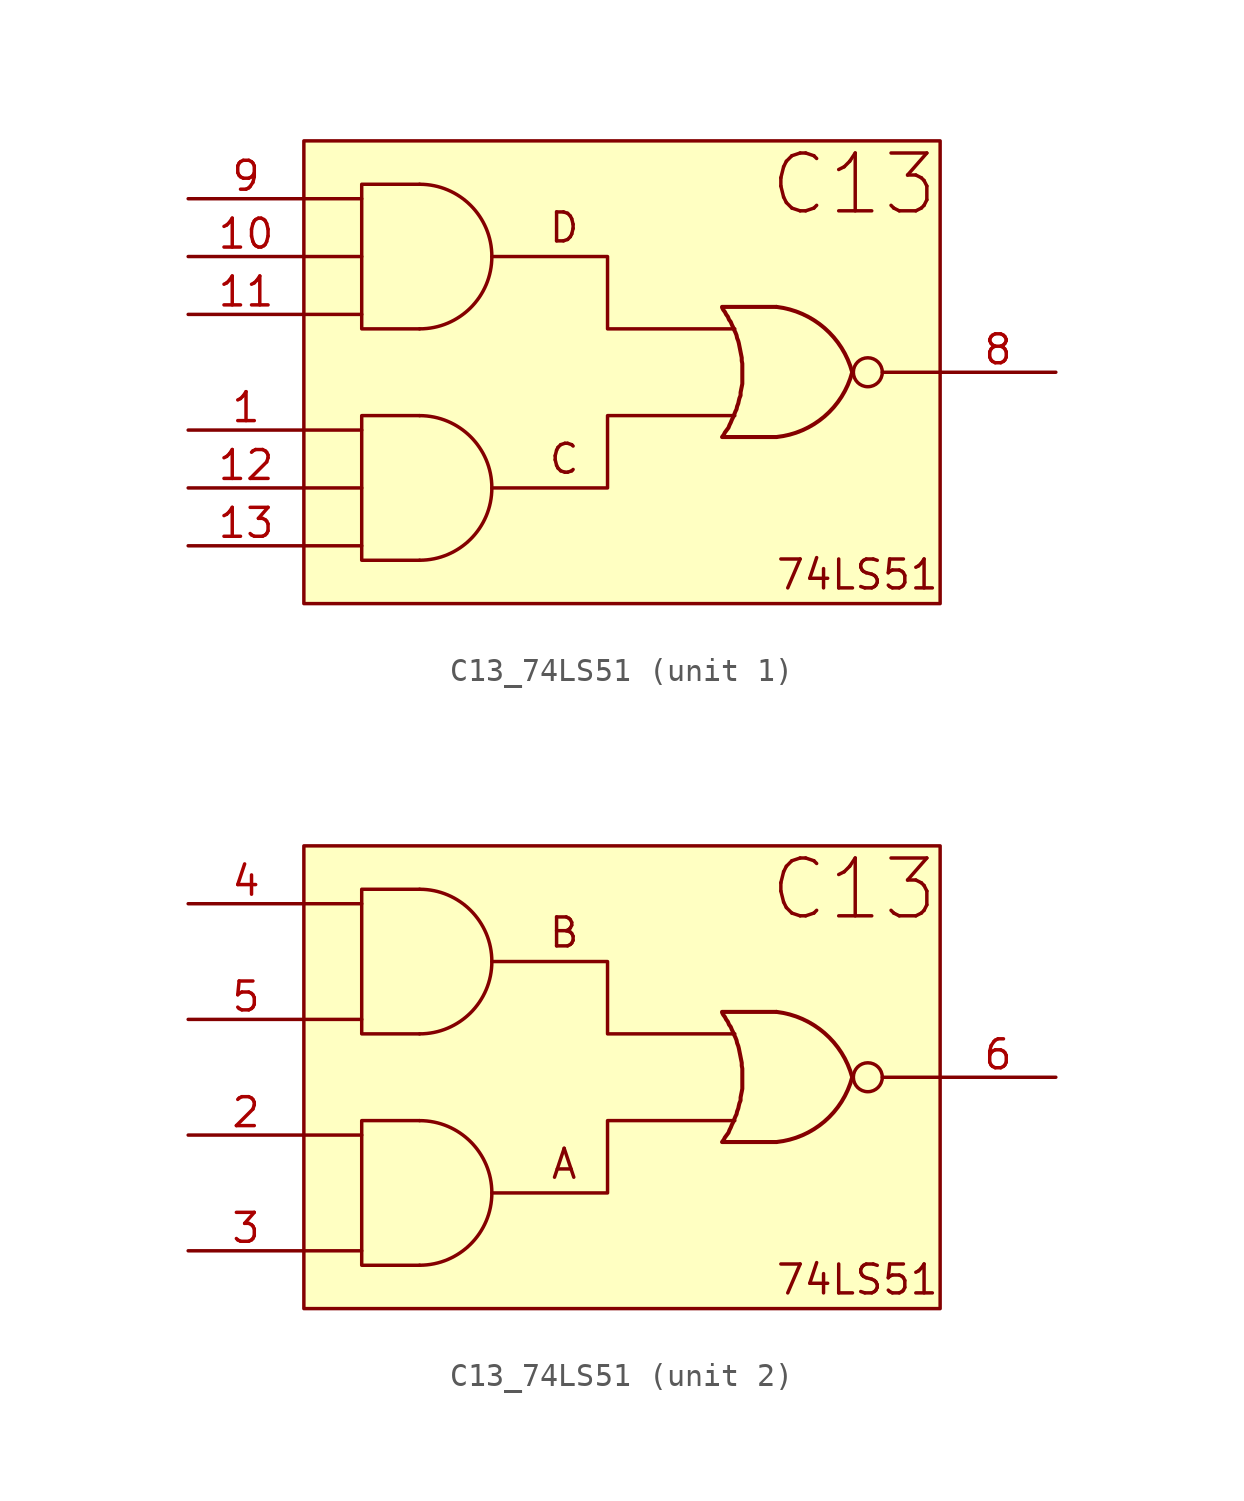
<source format=kicad_sym>
(kicad_symbol_lib
  (version 20211014)
  (generator kicad_symbol_editor)
  (symbol "C13_74LS51"
    (pin_names
      (offset 1.016))
    (property "Reference" "U"
      (at -39.37 17.78 0)
      (effects (font (size 1.27 1.27)) hide))
    (property "ki_locked" ""
      (at 0 0 0)
      (effects (font (size 1.27 1.27))))
    (symbol "C13_74LS51_0_0"
      (rectangle (start -13.97 10.16) (end 13.97 -10.16) (stroke (width 0) (type default) (color 0 0 0 0)) (fill (type background)))
      (polyline (pts (xy -13.97 -7.62) (xy -11.43 -7.62)) (stroke (width 0) (type default) (color 0 0 0 0)) (fill (type none)))
      (polyline (pts (xy -13.97 -2.54) (xy -11.43 -2.54)) (stroke (width 0) (type default) (color 0 0 0 0)) (fill (type none)))
      (polyline (pts (xy -13.97 2.54) (xy -11.43 2.54)) (stroke (width 0) (type default) (color 0 0 0 0)) (fill (type none)))
      (polyline (pts (xy -13.97 7.62) (xy -11.43 7.62)) (stroke (width 0) (type default) (color 0 0 0 0)) (fill (type none)))
      (polyline (pts (xy 13.97 0) (xy 11.43 0)) (stroke (width 0) (type default) (color 0 0 0 0)) (fill (type none)))
      (text "74LS51" (at 13.97 -8.89 0) (effects (font (size 1.27 1.27)) (justify right)))
      (text "C13" (at 13.97 8.255 0) (effects (font (size 2.54 2.54)) (justify right))))
    (symbol "C13_74LS51_1_0"
      (arc (start -8.89 -8.255) (mid -5.715 -5.08) (end -8.89 -1.905) (stroke (width 0) (type default) (color 0 0 0 0)) (fill (type background)))
      (arc (start -8.89 1.905) (mid -5.715 5.08) (end -8.89 8.255) (stroke (width 0) (type default) (color 0 0 0 0)) (fill (type background)))
      (polyline (pts (xy -13.97 -5.08) (xy -11.43 -5.08)) (stroke (width 0) (type default) (color 0 0 0 0)) (fill (type none)))
      (polyline (pts (xy -13.97 5.08) (xy -11.43 5.08)) (stroke (width 0) (type default) (color 0 0 0 0)) (fill (type none)))
      (polyline (pts (xy -8.89 -1.905) (xy -11.43 -1.905) (xy -11.43 -8.255) (xy -8.89 -8.255)) (stroke (width 0) (type default) (color 0 0 0 0)) (fill (type background)))
      (polyline (pts (xy -8.89 1.905) (xy -11.43 1.905) (xy -11.43 8.255) (xy -8.89 8.255)) (stroke (width 0) (type default) (color 0 0 0 0)) (fill (type background)))
      (polyline (pts (xy -5.715 -5.08) (xy -0.635 -5.08) (xy -0.635 -1.905) (xy 4.953 -1.905)) (stroke (width 0) (type default) (color 0 0 0 0)) (fill (type none)))
      (polyline (pts (xy -5.715 5.08) (xy -0.635 5.08) (xy -0.635 1.905) (xy 4.953 1.905)) (stroke (width 0) (type default) (color 0 0 0 0)) (fill (type none)))
      (polyline (pts (xy 6.782 2.87) (xy 4.394 2.87) (xy 4.394 2.845) (xy 4.445 2.743) (xy 4.521 2.642) (xy 4.572 2.54) (xy 4.648 2.438) (xy 4.699 2.311) (xy 4.775 2.21) (xy 4.826 2.083) (xy 4.877 1.981) (xy 4.928 1.854) (xy 4.978 1.753) (xy 5.029 1.626) (xy 5.055 1.499) (xy 5.105 1.372) (xy 5.131 1.27) (xy 5.156 1.143) (xy 5.182 1.016) (xy 5.207 0.889) (xy 5.232 0.762) (xy 5.258 0.635) (xy 5.258 0.508) (xy 5.283 0.381) (xy 5.283 0.254) (xy 5.283 0.127) (xy 5.283 0) (xy 5.283 -0.127) (xy 5.283 -0.254) (xy 5.283 -0.381) (xy 5.283 -0.508) (xy 5.258 -0.635) (xy 5.232 -0.762) (xy 5.207 -0.889) (xy 5.207 -1.016) (xy 5.156 -1.143) (xy 5.131 -1.245) (xy 5.105 -1.372) (xy 5.055 -1.499) (xy 5.029 -1.626) (xy 4.978 -1.727) (xy 4.928 -1.854) (xy 4.877 -1.981) (xy 4.826 -2.083) (xy 4.775 -2.21) (xy 4.724 -2.311) (xy 4.674 -2.438) (xy 4.597 -2.54) (xy 4.521 -2.642) (xy 4.47 -2.743) (xy 4.394 -2.845) (xy 4.394 -2.845) (xy 6.782 -2.845)) (stroke (width 0.178) (type default) (color 0 0 0 0)) (fill (type background)))
      (arc (start 6.7818 -2.8448) (mid 8.8897 -1.9419) (end 10.1092 0) (stroke (width 0.1778) (type default) (color 0 0 0 0)) (fill (type background)))
      (arc (start 10.1092 0) (mid 8.8858 1.9455) (end 6.7818 2.8702) (stroke (width 0.1778) (type default) (color 0 0 0 0)) (fill (type background)))
      (circle (center 10.795 0) (radius 0.635) (stroke (width 0) (type default) (color 0 0 0 0)) (fill (type none)))
      (pin input line (at -19.05 -2.54 0) (length 5.08) (name "~" (effects (font (size 1.27 1.27)))) (number "1" (effects (font (size 1.27 1.27)))))
      (pin input line (at -19.05 5.08 0) (length 5.08) (name "~" (effects (font (size 1.27 1.27)))) (number "10" (effects (font (size 1.27 1.27)))))
      (pin input line (at -19.05 2.54 0) (length 5.08) (name "~" (effects (font (size 1.27 1.27)))) (number "11" (effects (font (size 1.27 1.27)))))
      (pin input line (at -19.05 -5.08 0) (length 5.08) (name "~" (effects (font (size 1.27 1.27)))) (number "12" (effects (font (size 1.27 1.27)))))
      (pin input line (at -19.05 -7.62 0) (length 5.08) (name "~" (effects (font (size 1.27 1.27)))) (number "13" (effects (font (size 1.27 1.27)))))
      (pin output line (at 19.05 0 180) (length 5.08) (name "~" (effects (font (size 1.27 1.27)))) (number "8" (effects (font (size 1.27 1.27)))))
      (pin input line (at -19.05 7.62 0) (length 5.08) (name "~" (effects (font (size 1.27 1.27)))) (number "9" (effects (font (size 1.27 1.27))))))
    (symbol "C13_74LS51_1_1"
      (text "C" (at -2.54 -3.81 0) (effects (font (size 1.27 1.27))))
      (text "D" (at -2.54 6.35 0) (effects (font (size 1.27 1.27)))))
    (symbol "C13_74LS51_2_0"
      (arc (start -8.89 -8.255) (mid -5.715 -5.08) (end -8.89 -1.905) (stroke (width 0) (type default) (color 0 0 0 0)) (fill (type background)))
      (arc (start -8.89 1.905) (mid -5.715 5.08) (end -8.89 8.255) (stroke (width 0) (type default) (color 0 0 0 0)) (fill (type background)))
      (polyline (pts (xy -8.89 -1.905) (xy -11.43 -1.905) (xy -11.43 -8.255) (xy -8.89 -8.255)) (stroke (width 0) (type default) (color 0 0 0 0)) (fill (type background)))
      (polyline (pts (xy -8.89 1.905) (xy -11.43 1.905) (xy -11.43 8.255) (xy -8.89 8.255)) (stroke (width 0) (type default) (color 0 0 0 0)) (fill (type background)))
      (polyline (pts (xy -5.715 -5.08) (xy -0.635 -5.08) (xy -0.635 -1.905) (xy 4.953 -1.905)) (stroke (width 0) (type default) (color 0 0 0 0)) (fill (type none)))
      (polyline (pts (xy -5.715 5.08) (xy -0.635 5.08) (xy -0.635 1.905) (xy 4.953 1.905)) (stroke (width 0) (type default) (color 0 0 0 0)) (fill (type none)))
      (polyline (pts (xy 6.782 2.87) (xy 4.394 2.87) (xy 4.394 2.845) (xy 4.445 2.743) (xy 4.521 2.642) (xy 4.572 2.54) (xy 4.648 2.438) (xy 4.699 2.311) (xy 4.775 2.21) (xy 4.826 2.083) (xy 4.877 1.981) (xy 4.928 1.854) (xy 4.978 1.753) (xy 5.029 1.626) (xy 5.055 1.499) (xy 5.105 1.372) (xy 5.131 1.27) (xy 5.156 1.143) (xy 5.182 1.016) (xy 5.207 0.889) (xy 5.232 0.762) (xy 5.258 0.635) (xy 5.258 0.508) (xy 5.283 0.381) (xy 5.283 0.254) (xy 5.283 0.127) (xy 5.283 0) (xy 5.283 -0.127) (xy 5.283 -0.254) (xy 5.283 -0.381) (xy 5.283 -0.508) (xy 5.258 -0.635) (xy 5.232 -0.762) (xy 5.207 -0.889) (xy 5.207 -1.016) (xy 5.156 -1.143) (xy 5.131 -1.245) (xy 5.105 -1.372) (xy 5.055 -1.499) (xy 5.029 -1.626) (xy 4.978 -1.727) (xy 4.928 -1.854) (xy 4.877 -1.981) (xy 4.826 -2.083) (xy 4.775 -2.21) (xy 4.724 -2.311) (xy 4.674 -2.438) (xy 4.597 -2.54) (xy 4.521 -2.642) (xy 4.47 -2.743) (xy 4.394 -2.845) (xy 4.394 -2.845) (xy 6.782 -2.845)) (stroke (width 0.178) (type default) (color 0 0 0 0)) (fill (type background)))
      (arc (start 6.7818 -2.8448) (mid 8.8897 -1.9419) (end 10.1092 0) (stroke (width 0.1778) (type default) (color 0 0 0 0)) (fill (type background)))
      (arc (start 10.1092 0) (mid 8.8858 1.9455) (end 6.7818 2.8702) (stroke (width 0.1778) (type default) (color 0 0 0 0)) (fill (type background)))
      (circle (center 10.795 0) (radius 0.635) (stroke (width 0) (type default) (color 0 0 0 0)) (fill (type none)))
      (pin input line (at -19.05 -2.54 0) (length 5.08) (name "~" (effects (font (size 1.27 1.27)))) (number "2" (effects (font (size 1.27 1.27)))))
      (pin input line (at -19.05 -7.62 0) (length 5.08) (name "~" (effects (font (size 1.27 1.27)))) (number "3" (effects (font (size 1.27 1.27)))))
      (pin input line (at -19.05 7.62 0) (length 5.08) (name "~" (effects (font (size 1.27 1.27)))) (number "4" (effects (font (size 1.27 1.27)))))
      (pin input line (at -19.05 2.54 0) (length 5.08) (name "~" (effects (font (size 1.27 1.27)))) (number "5" (effects (font (size 1.27 1.27)))))
      (pin output line (at 19.05 0 180) (length 5.08) (name "~" (effects (font (size 1.27 1.27)))) (number "6" (effects (font (size 1.27 1.27))))))
    (symbol "C13_74LS51_2_1"
      (text "A" (at -2.54 -3.81 0) (effects (font (size 1.27 1.27))))
      (text "B" (at -2.54 6.35 0) (effects (font (size 1.27 1.27)))))))
</source>
